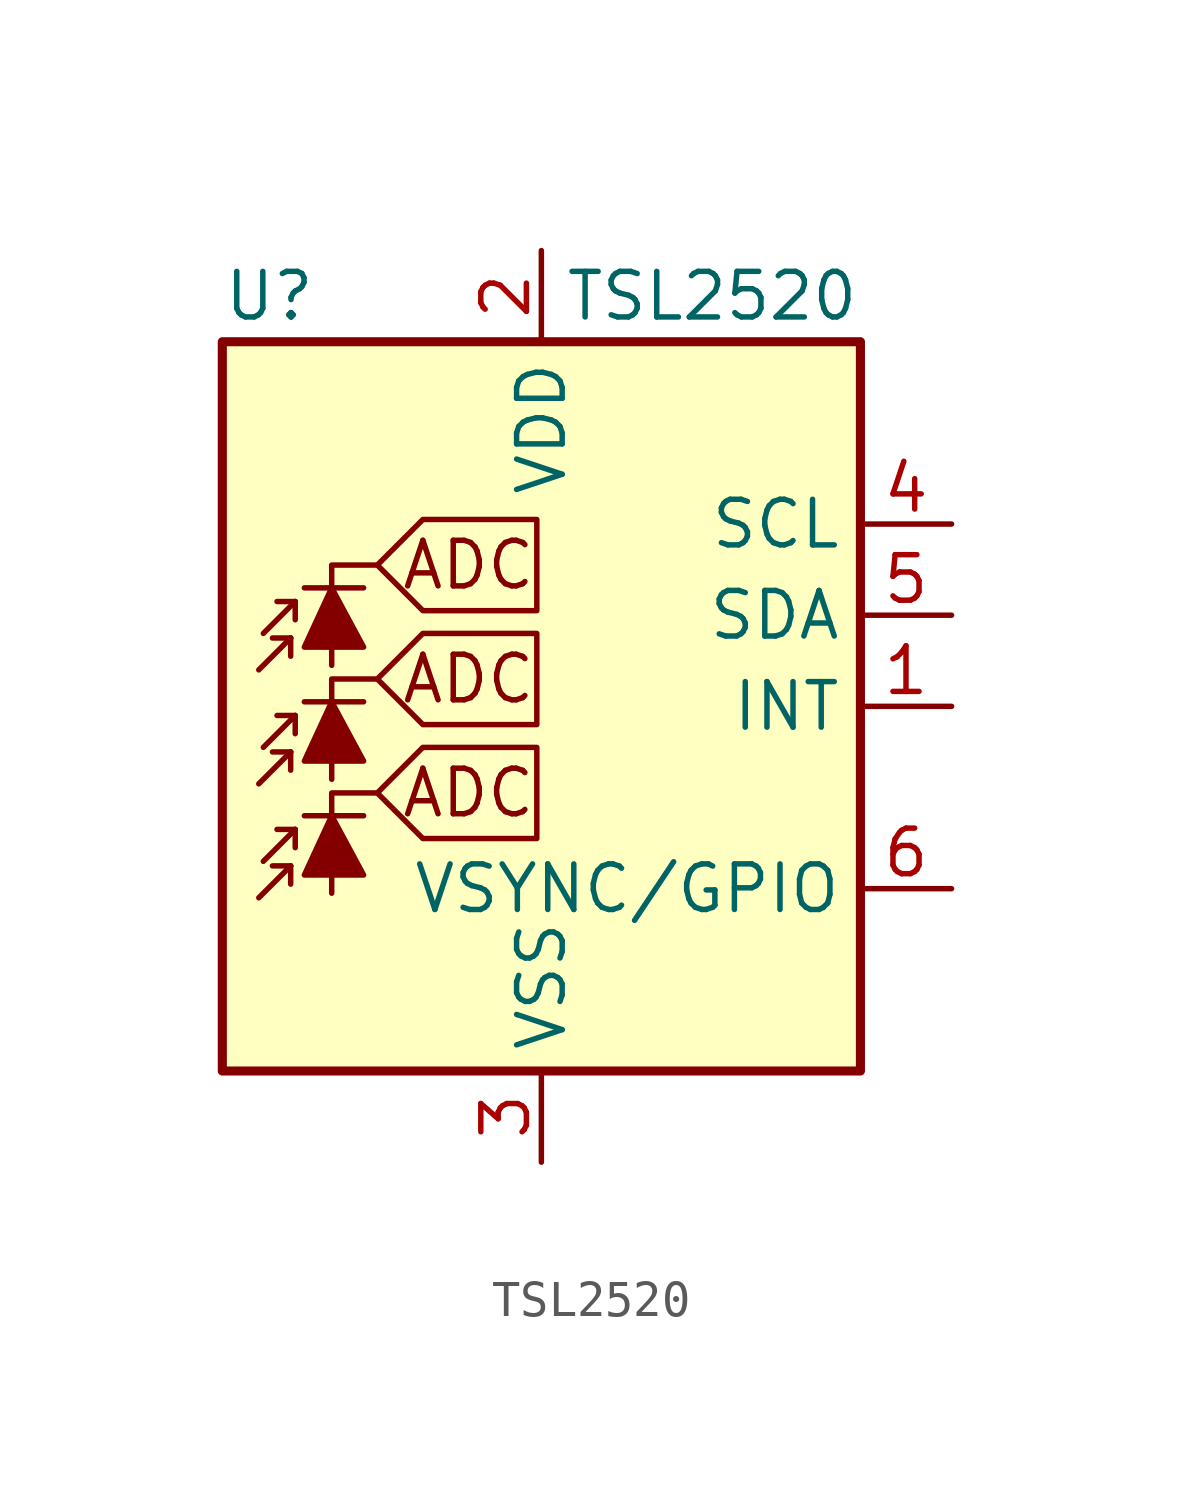
<source format=kicad_sym>
(kicad_symbol_lib
  (version 20220914)
  (generator kicad_symbol_editor)
  (symbol "TSL2520"
    (property "Reference" "U"
      (at -8.89 11.43 0)
      (effects (font (size 1.27 1.27)) (justify left)))
    (property "Value" "TSL2520"
      (at 0.635 11.43 0)
      (effects (font (size 1.27 1.27)) (justify left)))
    (symbol "TSL2520_0_0"
      (polyline (pts (xy -4.572 -2.413) (xy -3.302 -1.143) (xy -0.127 -1.143) (xy -0.127 -3.683) (xy -3.302 -3.683) (xy -4.572 -2.413)) (stroke (width 0) (type default)) (fill (type none)))
      (polyline (pts (xy -4.572 0.762) (xy -3.302 2.032) (xy -0.127 2.032) (xy -0.127 -0.508) (xy -3.302 -0.508) (xy -4.572 0.762)) (stroke (width 0) (type default)) (fill (type none)))
      (polyline (pts (xy -4.572 3.937) (xy -3.302 5.207) (xy -0.127 5.207) (xy -0.127 2.667) (xy -3.302 2.667) (xy -4.572 3.937)) (stroke (width 0) (type default)) (fill (type none)))
      (text "ADC" (at -2.032 -2.413 0) (effects (font (size 1.27 1.27))))
      (text "ADC" (at -2.032 0.762 0) (effects (font (size 1.27 1.27))))
      (text "ADC" (at -2.032 3.937 0) (effects (font (size 1.27 1.27)))))
    (symbol "TSL2520_0_1"
      (rectangle (start -8.89 10.16) (end 8.89 -10.16) (stroke (width 0.254) (type default)) (fill (type background))))
    (symbol "TSL2520_1_0"
      (polyline (pts (xy -5.842 -5.207) (xy -5.842 -2.413) (xy -4.572 -2.413)) (stroke (width 0) (type default)) (fill (type none)))
      (polyline (pts (xy -5.842 -2.032) (xy -5.842 0.762) (xy -4.572 0.762)) (stroke (width 0) (type default)) (fill (type none)))
      (polyline (pts (xy -5.842 1.143) (xy -5.842 3.937) (xy -4.572 3.937)) (stroke (width 0) (type default)) (fill (type none))))
    (symbol "TSL2520_1_1"
      (polyline (pts (xy -6.985 -4.445) (xy -7.874 -5.334)) (stroke (width 0) (type default)) (fill (type none)))
      (polyline (pts (xy -6.985 -4.445) (xy -7.493 -4.445)) (stroke (width 0) (type default)) (fill (type none)))
      (polyline (pts (xy -6.985 -4.445) (xy -6.985 -4.953)) (stroke (width 0) (type default)) (fill (type none)))
      (polyline (pts (xy -6.985 -1.27) (xy -7.874 -2.159)) (stroke (width 0) (type default)) (fill (type none)))
      (polyline (pts (xy -6.985 -1.27) (xy -7.493 -1.27)) (stroke (width 0) (type default)) (fill (type none)))
      (polyline (pts (xy -6.985 -1.27) (xy -6.985 -1.778)) (stroke (width 0) (type default)) (fill (type none)))
      (polyline (pts (xy -6.985 1.905) (xy -7.874 1.016)) (stroke (width 0) (type default)) (fill (type none)))
      (polyline (pts (xy -6.985 1.905) (xy -7.493 1.905)) (stroke (width 0) (type default)) (fill (type none)))
      (polyline (pts (xy -6.985 1.905) (xy -6.985 1.397)) (stroke (width 0) (type default)) (fill (type none)))
      (polyline (pts (xy -6.858 -3.429) (xy -7.747 -4.318)) (stroke (width 0) (type default)) (fill (type none)))
      (polyline (pts (xy -6.858 -3.429) (xy -7.366 -3.429)) (stroke (width 0) (type default)) (fill (type none)))
      (polyline (pts (xy -6.858 -3.429) (xy -6.858 -3.937)) (stroke (width 0) (type default)) (fill (type none)))
      (polyline (pts (xy -6.858 -0.254) (xy -7.747 -1.143)) (stroke (width 0) (type default)) (fill (type none)))
      (polyline (pts (xy -6.858 -0.254) (xy -7.366 -0.254)) (stroke (width 0) (type default)) (fill (type none)))
      (polyline (pts (xy -6.858 -0.254) (xy -6.858 -0.762)) (stroke (width 0) (type default)) (fill (type none)))
      (polyline (pts (xy -6.858 2.921) (xy -7.747 2.032)) (stroke (width 0) (type default)) (fill (type none)))
      (polyline (pts (xy -6.858 2.921) (xy -7.366 2.921)) (stroke (width 0) (type default)) (fill (type none)))
      (polyline (pts (xy -6.858 2.921) (xy -6.858 2.413)) (stroke (width 0) (type default)) (fill (type none)))
      (polyline (pts (xy -6.604 -3.048) (xy -4.953 -3.048)) (stroke (width 0) (type default)) (fill (type none)))
      (polyline (pts (xy -6.604 0.127) (xy -4.953 0.127)) (stroke (width 0) (type default)) (fill (type none)))
      (polyline (pts (xy -6.604 3.302) (xy -4.953 3.302)) (stroke (width 0) (type default)) (fill (type none)))
      (polyline (pts (xy -6.604 -4.699) (xy -4.953 -4.699) (xy -5.842 -3.048) (xy -6.604 -4.699)) (stroke (width 0) (type default)) (fill (type outline)))
      (polyline (pts (xy -6.604 -1.524) (xy -4.953 -1.524) (xy -5.842 0.127) (xy -6.604 -1.524)) (stroke (width 0) (type default)) (fill (type outline)))
      (polyline (pts (xy -6.604 1.651) (xy -4.953 1.651) (xy -5.842 3.302) (xy -6.604 1.651)) (stroke (width 0) (type default)) (fill (type outline)))
      (pin open_collector line (at 11.43 0 180) (length 2.54) (name "INT" (effects (font (size 1.27 1.27)))) (number "1" (effects (font (size 1.27 1.27)))))
      (pin power_in line (at 0 12.7 270) (length 2.54) (name "VDD" (effects (font (size 1.27 1.27)))) (number "2" (effects (font (size 1.27 1.27)))))
      (pin power_in line (at 0 -12.7 90) (length 2.54) (name "VSS" (effects (font (size 1.27 1.27)))) (number "3" (effects (font (size 1.27 1.27)))))
      (pin input line (at 11.43 5.08 180) (length 2.54) (name "SCL" (effects (font (size 1.27 1.27)))) (number "4" (effects (font (size 1.27 1.27)))))
      (pin bidirectional line (at 11.43 2.54 180) (length 2.54) (name "SDA" (effects (font (size 1.27 1.27)))) (number "5" (effects (font (size 1.27 1.27)))))
      (pin bidirectional line (at 11.43 -5.08 180) (length 2.54) (name "VSYNC/GPIO" (effects (font (size 1.27 1.27)))) (number "6" (effects (font (size 1.27 1.27))))))))
</source>
